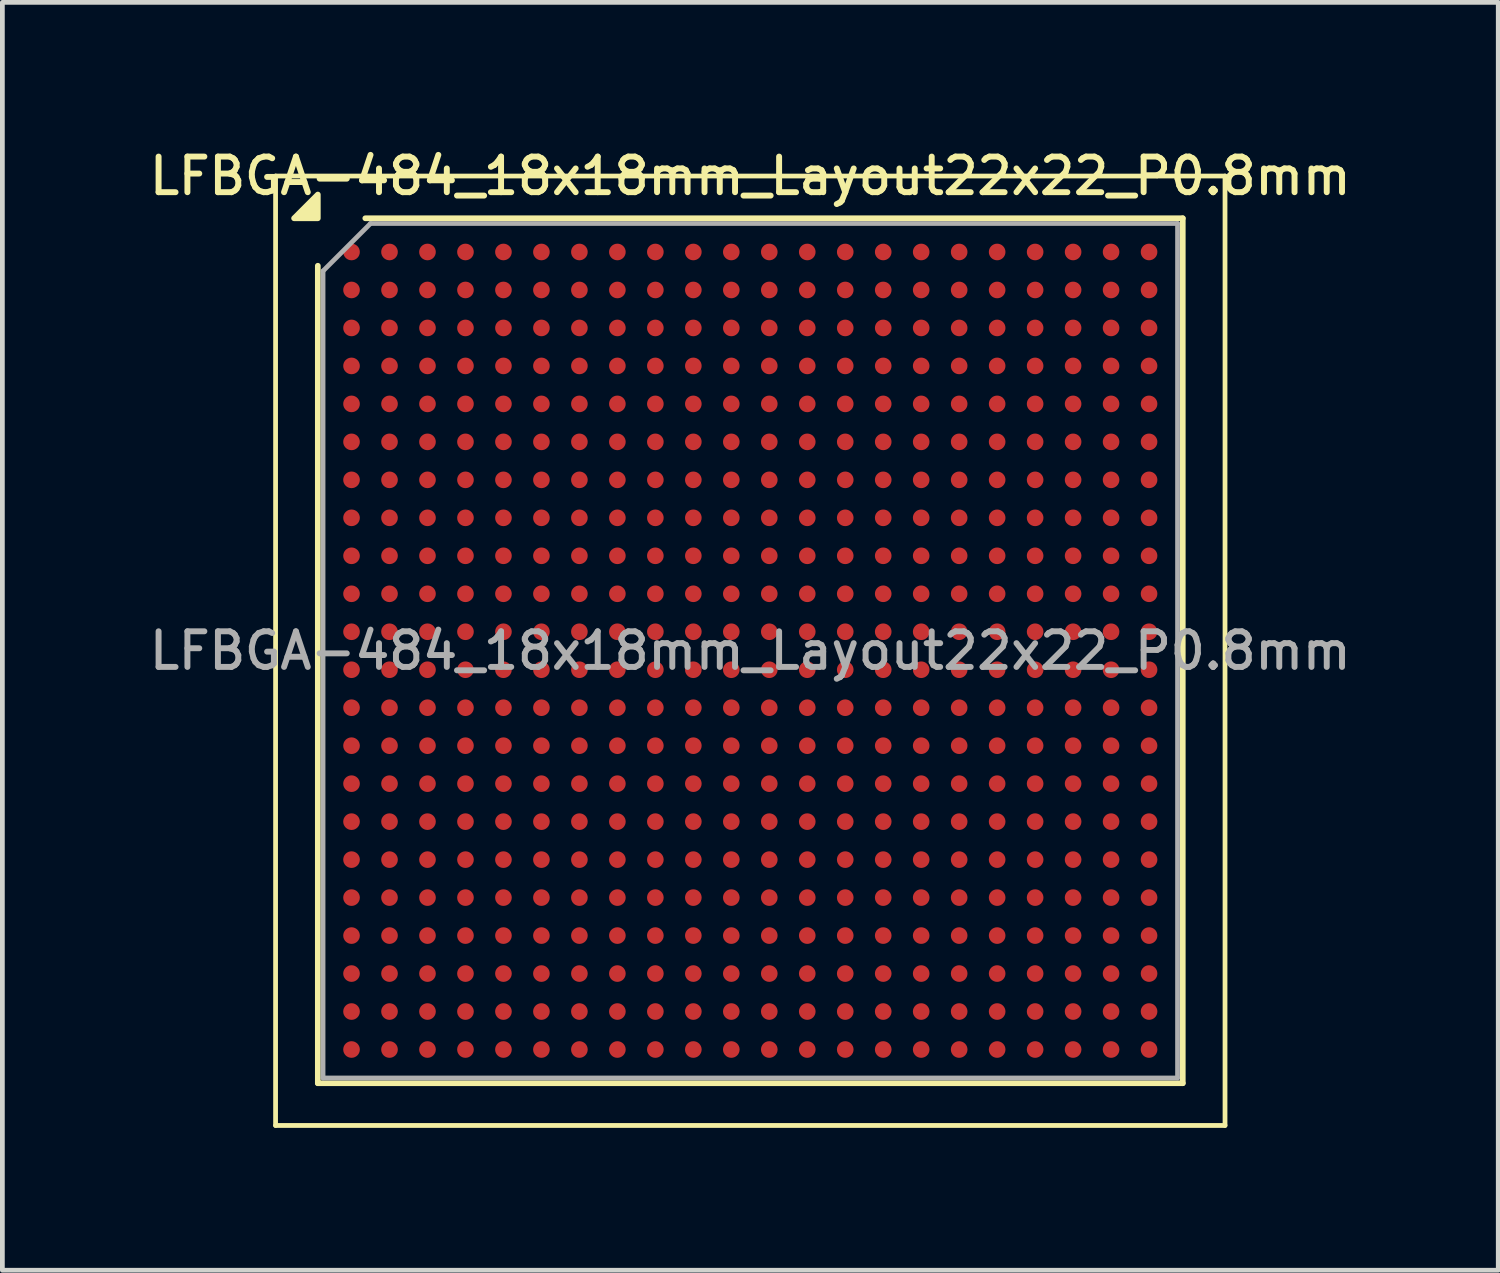
<source format=kicad_pcb>
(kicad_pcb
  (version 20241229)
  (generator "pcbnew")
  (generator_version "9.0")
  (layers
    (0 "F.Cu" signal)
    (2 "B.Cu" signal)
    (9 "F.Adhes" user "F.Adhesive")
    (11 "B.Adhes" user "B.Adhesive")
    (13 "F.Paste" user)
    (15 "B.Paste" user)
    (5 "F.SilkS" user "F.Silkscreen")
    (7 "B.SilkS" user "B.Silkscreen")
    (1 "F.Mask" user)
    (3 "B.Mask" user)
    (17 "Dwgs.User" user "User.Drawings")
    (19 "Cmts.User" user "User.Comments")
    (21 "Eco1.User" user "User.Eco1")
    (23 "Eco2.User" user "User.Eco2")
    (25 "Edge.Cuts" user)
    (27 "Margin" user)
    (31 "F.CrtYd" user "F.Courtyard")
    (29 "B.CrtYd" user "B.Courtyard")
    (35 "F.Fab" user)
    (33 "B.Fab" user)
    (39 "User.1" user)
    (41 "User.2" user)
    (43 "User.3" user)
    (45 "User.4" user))
  (footprint "LFBGA-484_18x18mm_Layout22x22_P0.8mm"
    (layer "F.Cu")
    (at 12.755 10.658)
    (property "Reference" "LFBGA-484_18x18mm_Layout22x22_P0.8mm" (at 0 -10 0) (layer "F.SilkS") (effects (font (size 0.75 0.75) (thickness 0.125))))
    (attr smd)
    (fp_line (start -10 -10) (end -10 10) (stroke (width 0.1) (type solid)) (layer "F.SilkS"))
    (fp_line (start -10 10) (end 10 10) (stroke (width 0.1) (type solid)) (layer "F.SilkS"))
    (fp_line (start -9.11 9.11) (end -9.11 -8.11) (stroke (width 0.12) (type solid)) (layer "F.SilkS"))
    (fp_line (start -8.11 -9.11) (end 9.11 -9.11) (stroke (width 0.12) (type solid)) (layer "F.SilkS"))
    (fp_line (start 9.11 -9.11) (end 9.11 9.11) (stroke (width 0.12) (type solid)) (layer "F.SilkS"))
    (fp_line (start 9.11 9.11) (end -9.11 9.11) (stroke (width 0.12) (type solid)) (layer "F.SilkS"))
    (fp_line (start 10 -10) (end -10 -10) (stroke (width 0.1) (type solid)) (layer "F.SilkS"))
    (fp_line (start 10 10) (end 10 -10) (stroke (width 0.1) (type solid)) (layer "F.SilkS"))
    (fp_poly (pts (xy -9.11 -9.11) (xy -9.61 -9.11) (xy -9.11 -9.61) (xy -9.11 -9.11)) (stroke (width 0.12) (type solid)) (fill yes) (layer "F.SilkS"))
    (fp_line (start -9 -8) (end -8 -9) (stroke (width 0.1) (type solid)) (layer "F.Fab"))
    (fp_line (start -9 9) (end -9 -8) (stroke (width 0.1) (type solid)) (layer "F.Fab"))
    (fp_line (start -8 -9) (end 9 -9) (stroke (width 0.1) (type solid)) (layer "F.Fab"))
    (fp_line (start 9 -9) (end 9 9) (stroke (width 0.1) (type solid)) (layer "F.Fab"))
    (fp_line (start 9 9) (end -9 9) (stroke (width 0.1) (type solid)) (layer "F.Fab"))
    (fp_text user "${REFERENCE}" (at 0 0 0) (layer "F.Fab") (effects (font (size 0.75 0.75) (thickness 0.125))))
    (pad "A1" smd circle (at -8.4 -8.4) (size 0.35 0.35) (property pad_prop_bga) (layers "F.Cu" "F.Mask" "F.Paste"))
    (pad "A2" smd circle (at -7.6 -8.4) (size 0.35 0.35) (property pad_prop_bga) (layers "F.Cu" "F.Mask" "F.Paste"))
    (pad "A3" smd circle (at -6.8 -8.4) (size 0.35 0.35) (property pad_prop_bga) (layers "F.Cu" "F.Mask" "F.Paste"))
    (pad "A4" smd circle (at -6 -8.4) (size 0.35 0.35) (property pad_prop_bga) (layers "F.Cu" "F.Mask" "F.Paste"))
    (pad "A5" smd circle (at -5.2 -8.4) (size 0.35 0.35) (property pad_prop_bga) (layers "F.Cu" "F.Mask" "F.Paste"))
    (pad "A6" smd circle (at -4.4 -8.4) (size 0.35 0.35) (property pad_prop_bga) (layers "F.Cu" "F.Mask" "F.Paste"))
    (pad "A7" smd circle (at -3.6 -8.4) (size 0.35 0.35) (property pad_prop_bga) (layers "F.Cu" "F.Mask" "F.Paste"))
    (pad "A8" smd circle (at -2.8 -8.4) (size 0.35 0.35) (property pad_prop_bga) (layers "F.Cu" "F.Mask" "F.Paste"))
    (pad "A9" smd circle (at -2 -8.4) (size 0.35 0.35) (property pad_prop_bga) (layers "F.Cu" "F.Mask" "F.Paste"))
    (pad "A10" smd circle (at -1.2 -8.4) (size 0.35 0.35) (property pad_prop_bga) (layers "F.Cu" "F.Mask" "F.Paste"))
    (pad "A11" smd circle (at -0.4 -8.4) (size 0.35 0.35) (property pad_prop_bga) (layers "F.Cu" "F.Mask" "F.Paste"))
    (pad "A12" smd circle (at 0.4 -8.4) (size 0.35 0.35) (property pad_prop_bga) (layers "F.Cu" "F.Mask" "F.Paste"))
    (pad "A13" smd circle (at 1.2 -8.4) (size 0.35 0.35) (property pad_prop_bga) (layers "F.Cu" "F.Mask" "F.Paste"))
    (pad "A14" smd circle (at 2 -8.4) (size 0.35 0.35) (property pad_prop_bga) (layers "F.Cu" "F.Mask" "F.Paste"))
    (pad "A15" smd circle (at 2.8 -8.4) (size 0.35 0.35) (property pad_prop_bga) (layers "F.Cu" "F.Mask" "F.Paste"))
    (pad "A16" smd circle (at 3.6 -8.4) (size 0.35 0.35) (property pad_prop_bga) (layers "F.Cu" "F.Mask" "F.Paste"))
    (pad "A17" smd circle (at 4.4 -8.4) (size 0.35 0.35) (property pad_prop_bga) (layers "F.Cu" "F.Mask" "F.Paste"))
    (pad "A18" smd circle (at 5.2 -8.4) (size 0.35 0.35) (property pad_prop_bga) (layers "F.Cu" "F.Mask" "F.Paste"))
    (pad "A19" smd circle (at 6 -8.4) (size 0.35 0.35) (property pad_prop_bga) (layers "F.Cu" "F.Mask" "F.Paste"))
    (pad "A20" smd circle (at 6.8 -8.4) (size 0.35 0.35) (property pad_prop_bga) (layers "F.Cu" "F.Mask" "F.Paste"))
    (pad "A21" smd circle (at 7.6 -8.4) (size 0.35 0.35) (property pad_prop_bga) (layers "F.Cu" "F.Mask" "F.Paste"))
    (pad "A22" smd circle (at 8.4 -8.4) (size 0.35 0.35) (property pad_prop_bga) (layers "F.Cu" "F.Mask" "F.Paste"))
    (pad "AA1" smd circle (at -8.4 7.6) (size 0.35 0.35) (property pad_prop_bga) (layers "F.Cu" "F.Mask" "F.Paste"))
    (pad "AA2" smd circle (at -7.6 7.6) (size 0.35 0.35) (property pad_prop_bga) (layers "F.Cu" "F.Mask" "F.Paste"))
    (pad "AA3" smd circle (at -6.8 7.6) (size 0.35 0.35) (property pad_prop_bga) (layers "F.Cu" "F.Mask" "F.Paste"))
    (pad "AA4" smd circle (at -6 7.6) (size 0.35 0.35) (property pad_prop_bga) (layers "F.Cu" "F.Mask" "F.Paste"))
    (pad "AA5" smd circle (at -5.2 7.6) (size 0.35 0.35) (property pad_prop_bga) (layers "F.Cu" "F.Mask" "F.Paste"))
    (pad "AA6" smd circle (at -4.4 7.6) (size 0.35 0.35) (property pad_prop_bga) (layers "F.Cu" "F.Mask" "F.Paste"))
    (pad "AA7" smd circle (at -3.6 7.6) (size 0.35 0.35) (property pad_prop_bga) (layers "F.Cu" "F.Mask" "F.Paste"))
    (pad "AA8" smd circle (at -2.8 7.6) (size 0.35 0.35) (property pad_prop_bga) (layers "F.Cu" "F.Mask" "F.Paste"))
    (pad "AA9" smd circle (at -2 7.6) (size 0.35 0.35) (property pad_prop_bga) (layers "F.Cu" "F.Mask" "F.Paste"))
    (pad "AA10" smd circle (at -1.2 7.6) (size 0.35 0.35) (property pad_prop_bga) (layers "F.Cu" "F.Mask" "F.Paste"))
    (pad "AA11" smd circle (at -0.4 7.6) (size 0.35 0.35) (property pad_prop_bga) (layers "F.Cu" "F.Mask" "F.Paste"))
    (pad "AA12" smd circle (at 0.4 7.6) (size 0.35 0.35) (property pad_prop_bga) (layers "F.Cu" "F.Mask" "F.Paste"))
    (pad "AA13" smd circle (at 1.2 7.6) (size 0.35 0.35) (property pad_prop_bga) (layers "F.Cu" "F.Mask" "F.Paste"))
    (pad "AA14" smd circle (at 2 7.6) (size 0.35 0.35) (property pad_prop_bga) (layers "F.Cu" "F.Mask" "F.Paste"))
    (pad "AA15" smd circle (at 2.8 7.6) (size 0.35 0.35) (property pad_prop_bga) (layers "F.Cu" "F.Mask" "F.Paste"))
    (pad "AA16" smd circle (at 3.6 7.6) (size 0.35 0.35) (property pad_prop_bga) (layers "F.Cu" "F.Mask" "F.Paste"))
    (pad "AA17" smd circle (at 4.4 7.6) (size 0.35 0.35) (property pad_prop_bga) (layers "F.Cu" "F.Mask" "F.Paste"))
    (pad "AA18" smd circle (at 5.2 7.6) (size 0.35 0.35) (property pad_prop_bga) (layers "F.Cu" "F.Mask" "F.Paste"))
    (pad "AA19" smd circle (at 6 7.6) (size 0.35 0.35) (property pad_prop_bga) (layers "F.Cu" "F.Mask" "F.Paste"))
    (pad "AA20" smd circle (at 6.8 7.6) (size 0.35 0.35) (property pad_prop_bga) (layers "F.Cu" "F.Mask" "F.Paste"))
    (pad "AA21" smd circle (at 7.6 7.6) (size 0.35 0.35) (property pad_prop_bga) (layers "F.Cu" "F.Mask" "F.Paste"))
    (pad "AA22" smd circle (at 8.4 7.6) (size 0.35 0.35) (property pad_prop_bga) (layers "F.Cu" "F.Mask" "F.Paste"))
    (pad "AB1" smd circle (at -8.4 8.4) (size 0.35 0.35) (property pad_prop_bga) (layers "F.Cu" "F.Mask" "F.Paste"))
    (pad "AB2" smd circle (at -7.6 8.4) (size 0.35 0.35) (property pad_prop_bga) (layers "F.Cu" "F.Mask" "F.Paste"))
    (pad "AB3" smd circle (at -6.8 8.4) (size 0.35 0.35) (property pad_prop_bga) (layers "F.Cu" "F.Mask" "F.Paste"))
    (pad "AB4" smd circle (at -6 8.4) (size 0.35 0.35) (property pad_prop_bga) (layers "F.Cu" "F.Mask" "F.Paste"))
    (pad "AB5" smd circle (at -5.2 8.4) (size 0.35 0.35) (property pad_prop_bga) (layers "F.Cu" "F.Mask" "F.Paste"))
    (pad "AB6" smd circle (at -4.4 8.4) (size 0.35 0.35) (property pad_prop_bga) (layers "F.Cu" "F.Mask" "F.Paste"))
    (pad "AB7" smd circle (at -3.6 8.4) (size 0.35 0.35) (property pad_prop_bga) (layers "F.Cu" "F.Mask" "F.Paste"))
    (pad "AB8" smd circle (at -2.8 8.4) (size 0.35 0.35) (property pad_prop_bga) (layers "F.Cu" "F.Mask" "F.Paste"))
    (pad "AB9" smd circle (at -2 8.4) (size 0.35 0.35) (property pad_prop_bga) (layers "F.Cu" "F.Mask" "F.Paste"))
    (pad "AB10" smd circle (at -1.2 8.4) (size 0.35 0.35) (property pad_prop_bga) (layers "F.Cu" "F.Mask" "F.Paste"))
    (pad "AB11" smd circle (at -0.4 8.4) (size 0.35 0.35) (property pad_prop_bga) (layers "F.Cu" "F.Mask" "F.Paste"))
    (pad "AB12" smd circle (at 0.4 8.4) (size 0.35 0.35) (property pad_prop_bga) (layers "F.Cu" "F.Mask" "F.Paste"))
    (pad "AB13" smd circle (at 1.2 8.4) (size 0.35 0.35) (property pad_prop_bga) (layers "F.Cu" "F.Mask" "F.Paste"))
    (pad "AB14" smd circle (at 2 8.4) (size 0.35 0.35) (property pad_prop_bga) (layers "F.Cu" "F.Mask" "F.Paste"))
    (pad "AB15" smd circle (at 2.8 8.4) (size 0.35 0.35) (property pad_prop_bga) (layers "F.Cu" "F.Mask" "F.Paste"))
    (pad "AB16" smd circle (at 3.6 8.4) (size 0.35 0.35) (property pad_prop_bga) (layers "F.Cu" "F.Mask" "F.Paste"))
    (pad "AB17" smd circle (at 4.4 8.4) (size 0.35 0.35) (property pad_prop_bga) (layers "F.Cu" "F.Mask" "F.Paste"))
    (pad "AB18" smd circle (at 5.2 8.4) (size 0.35 0.35) (property pad_prop_bga) (layers "F.Cu" "F.Mask" "F.Paste"))
    (pad "AB19" smd circle (at 6 8.4) (size 0.35 0.35) (property pad_prop_bga) (layers "F.Cu" "F.Mask" "F.Paste"))
    (pad "AB20" smd circle (at 6.8 8.4) (size 0.35 0.35) (property pad_prop_bga) (layers "F.Cu" "F.Mask" "F.Paste"))
    (pad "AB21" smd circle (at 7.6 8.4) (size 0.35 0.35) (property pad_prop_bga) (layers "F.Cu" "F.Mask" "F.Paste"))
    (pad "AB22" smd circle (at 8.4 8.4) (size 0.35 0.35) (property pad_prop_bga) (layers "F.Cu" "F.Mask" "F.Paste"))
    (pad "B1" smd circle (at -8.4 -7.6) (size 0.35 0.35) (property pad_prop_bga) (layers "F.Cu" "F.Mask" "F.Paste"))
    (pad "B2" smd circle (at -7.6 -7.6) (size 0.35 0.35) (property pad_prop_bga) (layers "F.Cu" "F.Mask" "F.Paste"))
    (pad "B3" smd circle (at -6.8 -7.6) (size 0.35 0.35) (property pad_prop_bga) (layers "F.Cu" "F.Mask" "F.Paste"))
    (pad "B4" smd circle (at -6 -7.6) (size 0.35 0.35) (property pad_prop_bga) (layers "F.Cu" "F.Mask" "F.Paste"))
    (pad "B5" smd circle (at -5.2 -7.6) (size 0.35 0.35) (property pad_prop_bga) (layers "F.Cu" "F.Mask" "F.Paste"))
    (pad "B6" smd circle (at -4.4 -7.6) (size 0.35 0.35) (property pad_prop_bga) (layers "F.Cu" "F.Mask" "F.Paste"))
    (pad "B7" smd circle (at -3.6 -7.6) (size 0.35 0.35) (property pad_prop_bga) (layers "F.Cu" "F.Mask" "F.Paste"))
    (pad "B8" smd circle (at -2.8 -7.6) (size 0.35 0.35) (property pad_prop_bga) (layers "F.Cu" "F.Mask" "F.Paste"))
    (pad "B9" smd circle (at -2 -7.6) (size 0.35 0.35) (property pad_prop_bga) (layers "F.Cu" "F.Mask" "F.Paste"))
    (pad "B10" smd circle (at -1.2 -7.6) (size 0.35 0.35) (property pad_prop_bga) (layers "F.Cu" "F.Mask" "F.Paste"))
    (pad "B11" smd circle (at -0.4 -7.6) (size 0.35 0.35) (property pad_prop_bga) (layers "F.Cu" "F.Mask" "F.Paste"))
    (pad "B12" smd circle (at 0.4 -7.6) (size 0.35 0.35) (property pad_prop_bga) (layers "F.Cu" "F.Mask" "F.Paste"))
    (pad "B13" smd circle (at 1.2 -7.6) (size 0.35 0.35) (property pad_prop_bga) (layers "F.Cu" "F.Mask" "F.Paste"))
    (pad "B14" smd circle (at 2 -7.6) (size 0.35 0.35) (property pad_prop_bga) (layers "F.Cu" "F.Mask" "F.Paste"))
    (pad "B15" smd circle (at 2.8 -7.6) (size 0.35 0.35) (property pad_prop_bga) (layers "F.Cu" "F.Mask" "F.Paste"))
    (pad "B16" smd circle (at 3.6 -7.6) (size 0.35 0.35) (property pad_prop_bga) (layers "F.Cu" "F.Mask" "F.Paste"))
    (pad "B17" smd circle (at 4.4 -7.6) (size 0.35 0.35) (property pad_prop_bga) (layers "F.Cu" "F.Mask" "F.Paste"))
    (pad "B18" smd circle (at 5.2 -7.6) (size 0.35 0.35) (property pad_prop_bga) (layers "F.Cu" "F.Mask" "F.Paste"))
    (pad "B19" smd circle (at 6 -7.6) (size 0.35 0.35) (property pad_prop_bga) (layers "F.Cu" "F.Mask" "F.Paste"))
    (pad "B20" smd circle (at 6.8 -7.6) (size 0.35 0.35) (property pad_prop_bga) (layers "F.Cu" "F.Mask" "F.Paste"))
    (pad "B21" smd circle (at 7.6 -7.6) (size 0.35 0.35) (property pad_prop_bga) (layers "F.Cu" "F.Mask" "F.Paste"))
    (pad "B22" smd circle (at 8.4 -7.6) (size 0.35 0.35) (property pad_prop_bga) (layers "F.Cu" "F.Mask" "F.Paste"))
    (pad "C1" smd circle (at -8.4 -6.8) (size 0.35 0.35) (property pad_prop_bga) (layers "F.Cu" "F.Mask" "F.Paste"))
    (pad "C2" smd circle (at -7.6 -6.8) (size 0.35 0.35) (property pad_prop_bga) (layers "F.Cu" "F.Mask" "F.Paste"))
    (pad "C3" smd circle (at -6.8 -6.8) (size 0.35 0.35) (property pad_prop_bga) (layers "F.Cu" "F.Mask" "F.Paste"))
    (pad "C4" smd circle (at -6 -6.8) (size 0.35 0.35) (property pad_prop_bga) (layers "F.Cu" "F.Mask" "F.Paste"))
    (pad "C5" smd circle (at -5.2 -6.8) (size 0.35 0.35) (property pad_prop_bga) (layers "F.Cu" "F.Mask" "F.Paste"))
    (pad "C6" smd circle (at -4.4 -6.8) (size 0.35 0.35) (property pad_prop_bga) (layers "F.Cu" "F.Mask" "F.Paste"))
    (pad "C7" smd circle (at -3.6 -6.8) (size 0.35 0.35) (property pad_prop_bga) (layers "F.Cu" "F.Mask" "F.Paste"))
    (pad "C8" smd circle (at -2.8 -6.8) (size 0.35 0.35) (property pad_prop_bga) (layers "F.Cu" "F.Mask" "F.Paste"))
    (pad "C9" smd circle (at -2 -6.8) (size 0.35 0.35) (property pad_prop_bga) (layers "F.Cu" "F.Mask" "F.Paste"))
    (pad "C10" smd circle (at -1.2 -6.8) (size 0.35 0.35) (property pad_prop_bga) (layers "F.Cu" "F.Mask" "F.Paste"))
    (pad "C11" smd circle (at -0.4 -6.8) (size 0.35 0.35) (property pad_prop_bga) (layers "F.Cu" "F.Mask" "F.Paste"))
    (pad "C12" smd circle (at 0.4 -6.8) (size 0.35 0.35) (property pad_prop_bga) (layers "F.Cu" "F.Mask" "F.Paste"))
    (pad "C13" smd circle (at 1.2 -6.8) (size 0.35 0.35) (property pad_prop_bga) (layers "F.Cu" "F.Mask" "F.Paste"))
    (pad "C14" smd circle (at 2 -6.8) (size 0.35 0.35) (property pad_prop_bga) (layers "F.Cu" "F.Mask" "F.Paste"))
    (pad "C15" smd circle (at 2.8 -6.8) (size 0.35 0.35) (property pad_prop_bga) (layers "F.Cu" "F.Mask" "F.Paste"))
    (pad "C16" smd circle (at 3.6 -6.8) (size 0.35 0.35) (property pad_prop_bga) (layers "F.Cu" "F.Mask" "F.Paste"))
    (pad "C17" smd circle (at 4.4 -6.8) (size 0.35 0.35) (property pad_prop_bga) (layers "F.Cu" "F.Mask" "F.Paste"))
    (pad "C18" smd circle (at 5.2 -6.8) (size 0.35 0.35) (property pad_prop_bga) (layers "F.Cu" "F.Mask" "F.Paste"))
    (pad "C19" smd circle (at 6 -6.8) (size 0.35 0.35) (property pad_prop_bga) (layers "F.Cu" "F.Mask" "F.Paste"))
    (pad "C20" smd circle (at 6.8 -6.8) (size 0.35 0.35) (property pad_prop_bga) (layers "F.Cu" "F.Mask" "F.Paste"))
    (pad "C21" smd circle (at 7.6 -6.8) (size 0.35 0.35) (property pad_prop_bga) (layers "F.Cu" "F.Mask" "F.Paste"))
    (pad "C22" smd circle (at 8.4 -6.8) (size 0.35 0.35) (property pad_prop_bga) (layers "F.Cu" "F.Mask" "F.Paste"))
    (pad "D1" smd circle (at -8.4 -6) (size 0.35 0.35) (property pad_prop_bga) (layers "F.Cu" "F.Mask" "F.Paste"))
    (pad "D2" smd circle (at -7.6 -6) (size 0.35 0.35) (property pad_prop_bga) (layers "F.Cu" "F.Mask" "F.Paste"))
    (pad "D3" smd circle (at -6.8 -6) (size 0.35 0.35) (property pad_prop_bga) (layers "F.Cu" "F.Mask" "F.Paste"))
    (pad "D4" smd circle (at -6 -6) (size 0.35 0.35) (property pad_prop_bga) (layers "F.Cu" "F.Mask" "F.Paste"))
    (pad "D5" smd circle (at -5.2 -6) (size 0.35 0.35) (property pad_prop_bga) (layers "F.Cu" "F.Mask" "F.Paste"))
    (pad "D6" smd circle (at -4.4 -6) (size 0.35 0.35) (property pad_prop_bga) (layers "F.Cu" "F.Mask" "F.Paste"))
    (pad "D7" smd circle (at -3.6 -6) (size 0.35 0.35) (property pad_prop_bga) (layers "F.Cu" "F.Mask" "F.Paste"))
    (pad "D8" smd circle (at -2.8 -6) (size 0.35 0.35) (property pad_prop_bga) (layers "F.Cu" "F.Mask" "F.Paste"))
    (pad "D9" smd circle (at -2 -6) (size 0.35 0.35) (property pad_prop_bga) (layers "F.Cu" "F.Mask" "F.Paste"))
    (pad "D10" smd circle (at -1.2 -6) (size 0.35 0.35) (property pad_prop_bga) (layers "F.Cu" "F.Mask" "F.Paste"))
    (pad "D11" smd circle (at -0.4 -6) (size 0.35 0.35) (property pad_prop_bga) (layers "F.Cu" "F.Mask" "F.Paste"))
    (pad "D12" smd circle (at 0.4 -6) (size 0.35 0.35) (property pad_prop_bga) (layers "F.Cu" "F.Mask" "F.Paste"))
    (pad "D13" smd circle (at 1.2 -6) (size 0.35 0.35) (property pad_prop_bga) (layers "F.Cu" "F.Mask" "F.Paste"))
    (pad "D14" smd circle (at 2 -6) (size 0.35 0.35) (property pad_prop_bga) (layers "F.Cu" "F.Mask" "F.Paste"))
    (pad "D15" smd circle (at 2.8 -6) (size 0.35 0.35) (property pad_prop_bga) (layers "F.Cu" "F.Mask" "F.Paste"))
    (pad "D16" smd circle (at 3.6 -6) (size 0.35 0.35) (property pad_prop_bga) (layers "F.Cu" "F.Mask" "F.Paste"))
    (pad "D17" smd circle (at 4.4 -6) (size 0.35 0.35) (property pad_prop_bga) (layers "F.Cu" "F.Mask" "F.Paste"))
    (pad "D18" smd circle (at 5.2 -6) (size 0.35 0.35) (property pad_prop_bga) (layers "F.Cu" "F.Mask" "F.Paste"))
    (pad "D19" smd circle (at 6 -6) (size 0.35 0.35) (property pad_prop_bga) (layers "F.Cu" "F.Mask" "F.Paste"))
    (pad "D20" smd circle (at 6.8 -6) (size 0.35 0.35) (property pad_prop_bga) (layers "F.Cu" "F.Mask" "F.Paste"))
    (pad "D21" smd circle (at 7.6 -6) (size 0.35 0.35) (property pad_prop_bga) (layers "F.Cu" "F.Mask" "F.Paste"))
    (pad "D22" smd circle (at 8.4 -6) (size 0.35 0.35) (property pad_prop_bga) (layers "F.Cu" "F.Mask" "F.Paste"))
    (pad "E1" smd circle (at -8.4 -5.2) (size 0.35 0.35) (property pad_prop_bga) (layers "F.Cu" "F.Mask" "F.Paste"))
    (pad "E2" smd circle (at -7.6 -5.2) (size 0.35 0.35) (property pad_prop_bga) (layers "F.Cu" "F.Mask" "F.Paste"))
    (pad "E3" smd circle (at -6.8 -5.2) (size 0.35 0.35) (property pad_prop_bga) (layers "F.Cu" "F.Mask" "F.Paste"))
    (pad "E4" smd circle (at -6 -5.2) (size 0.35 0.35) (property pad_prop_bga) (layers "F.Cu" "F.Mask" "F.Paste"))
    (pad "E5" smd circle (at -5.2 -5.2) (size 0.35 0.35) (property pad_prop_bga) (layers "F.Cu" "F.Mask" "F.Paste"))
    (pad "E6" smd circle (at -4.4 -5.2) (size 0.35 0.35) (property pad_prop_bga) (layers "F.Cu" "F.Mask" "F.Paste"))
    (pad "E7" smd circle (at -3.6 -5.2) (size 0.35 0.35) (property pad_prop_bga) (layers "F.Cu" "F.Mask" "F.Paste"))
    (pad "E8" smd circle (at -2.8 -5.2) (size 0.35 0.35) (property pad_prop_bga) (layers "F.Cu" "F.Mask" "F.Paste"))
    (pad "E9" smd circle (at -2 -5.2) (size 0.35 0.35) (property pad_prop_bga) (layers "F.Cu" "F.Mask" "F.Paste"))
    (pad "E10" smd circle (at -1.2 -5.2) (size 0.35 0.35) (property pad_prop_bga) (layers "F.Cu" "F.Mask" "F.Paste"))
    (pad "E11" smd circle (at -0.4 -5.2) (size 0.35 0.35) (property pad_prop_bga) (layers "F.Cu" "F.Mask" "F.Paste"))
    (pad "E12" smd circle (at 0.4 -5.2) (size 0.35 0.35) (property pad_prop_bga) (layers "F.Cu" "F.Mask" "F.Paste"))
    (pad "E13" smd circle (at 1.2 -5.2) (size 0.35 0.35) (property pad_prop_bga) (layers "F.Cu" "F.Mask" "F.Paste"))
    (pad "E14" smd circle (at 2 -5.2) (size 0.35 0.35) (property pad_prop_bga) (layers "F.Cu" "F.Mask" "F.Paste"))
    (pad "E15" smd circle (at 2.8 -5.2) (size 0.35 0.35) (property pad_prop_bga) (layers "F.Cu" "F.Mask" "F.Paste"))
    (pad "E16" smd circle (at 3.6 -5.2) (size 0.35 0.35) (property pad_prop_bga) (layers "F.Cu" "F.Mask" "F.Paste"))
    (pad "E17" smd circle (at 4.4 -5.2) (size 0.35 0.35) (property pad_prop_bga) (layers "F.Cu" "F.Mask" "F.Paste"))
    (pad "E18" smd circle (at 5.2 -5.2) (size 0.35 0.35) (property pad_prop_bga) (layers "F.Cu" "F.Mask" "F.Paste"))
    (pad "E19" smd circle (at 6 -5.2) (size 0.35 0.35) (property pad_prop_bga) (layers "F.Cu" "F.Mask" "F.Paste"))
    (pad "E20" smd circle (at 6.8 -5.2) (size 0.35 0.35) (property pad_prop_bga) (layers "F.Cu" "F.Mask" "F.Paste"))
    (pad "E21" smd circle (at 7.6 -5.2) (size 0.35 0.35) (property pad_prop_bga) (layers "F.Cu" "F.Mask" "F.Paste"))
    (pad "E22" smd circle (at 8.4 -5.2) (size 0.35 0.35) (property pad_prop_bga) (layers "F.Cu" "F.Mask" "F.Paste"))
    (pad "F1" smd circle (at -8.4 -4.4) (size 0.35 0.35) (property pad_prop_bga) (layers "F.Cu" "F.Mask" "F.Paste"))
    (pad "F2" smd circle (at -7.6 -4.4) (size 0.35 0.35) (property pad_prop_bga) (layers "F.Cu" "F.Mask" "F.Paste"))
    (pad "F3" smd circle (at -6.8 -4.4) (size 0.35 0.35) (property pad_prop_bga) (layers "F.Cu" "F.Mask" "F.Paste"))
    (pad "F4" smd circle (at -6 -4.4) (size 0.35 0.35) (property pad_prop_bga) (layers "F.Cu" "F.Mask" "F.Paste"))
    (pad "F5" smd circle (at -5.2 -4.4) (size 0.35 0.35) (property pad_prop_bga) (layers "F.Cu" "F.Mask" "F.Paste"))
    (pad "F6" smd circle (at -4.4 -4.4) (size 0.35 0.35) (property pad_prop_bga) (layers "F.Cu" "F.Mask" "F.Paste"))
    (pad "F7" smd circle (at -3.6 -4.4) (size 0.35 0.35) (property pad_prop_bga) (layers "F.Cu" "F.Mask" "F.Paste"))
    (pad "F8" smd circle (at -2.8 -4.4) (size 0.35 0.35) (property pad_prop_bga) (layers "F.Cu" "F.Mask" "F.Paste"))
    (pad "F9" smd circle (at -2 -4.4) (size 0.35 0.35) (property pad_prop_bga) (layers "F.Cu" "F.Mask" "F.Paste"))
    (pad "F10" smd circle (at -1.2 -4.4) (size 0.35 0.35) (property pad_prop_bga) (layers "F.Cu" "F.Mask" "F.Paste"))
    (pad "F11" smd circle (at -0.4 -4.4) (size 0.35 0.35) (property pad_prop_bga) (layers "F.Cu" "F.Mask" "F.Paste"))
    (pad "F12" smd circle (at 0.4 -4.4) (size 0.35 0.35) (property pad_prop_bga) (layers "F.Cu" "F.Mask" "F.Paste"))
    (pad "F13" smd circle (at 1.2 -4.4) (size 0.35 0.35) (property pad_prop_bga) (layers "F.Cu" "F.Mask" "F.Paste"))
    (pad "F14" smd circle (at 2 -4.4) (size 0.35 0.35) (property pad_prop_bga) (layers "F.Cu" "F.Mask" "F.Paste"))
    (pad "F15" smd circle (at 2.8 -4.4) (size 0.35 0.35) (property pad_prop_bga) (layers "F.Cu" "F.Mask" "F.Paste"))
    (pad "F16" smd circle (at 3.6 -4.4) (size 0.35 0.35) (property pad_prop_bga) (layers "F.Cu" "F.Mask" "F.Paste"))
    (pad "F17" smd circle (at 4.4 -4.4) (size 0.35 0.35) (property pad_prop_bga) (layers "F.Cu" "F.Mask" "F.Paste"))
    (pad "F18" smd circle (at 5.2 -4.4) (size 0.35 0.35) (property pad_prop_bga) (layers "F.Cu" "F.Mask" "F.Paste"))
    (pad "F19" smd circle (at 6 -4.4) (size 0.35 0.35) (property pad_prop_bga) (layers "F.Cu" "F.Mask" "F.Paste"))
    (pad "F20" smd circle (at 6.8 -4.4) (size 0.35 0.35) (property pad_prop_bga) (layers "F.Cu" "F.Mask" "F.Paste"))
    (pad "F21" smd circle (at 7.6 -4.4) (size 0.35 0.35) (property pad_prop_bga) (layers "F.Cu" "F.Mask" "F.Paste"))
    (pad "F22" smd circle (at 8.4 -4.4) (size 0.35 0.35) (property pad_prop_bga) (layers "F.Cu" "F.Mask" "F.Paste"))
    (pad "G1" smd circle (at -8.4 -3.6) (size 0.35 0.35) (property pad_prop_bga) (layers "F.Cu" "F.Mask" "F.Paste"))
    (pad "G2" smd circle (at -7.6 -3.6) (size 0.35 0.35) (property pad_prop_bga) (layers "F.Cu" "F.Mask" "F.Paste"))
    (pad "G3" smd circle (at -6.8 -3.6) (size 0.35 0.35) (property pad_prop_bga) (layers "F.Cu" "F.Mask" "F.Paste"))
    (pad "G4" smd circle (at -6 -3.6) (size 0.35 0.35) (property pad_prop_bga) (layers "F.Cu" "F.Mask" "F.Paste"))
    (pad "G5" smd circle (at -5.2 -3.6) (size 0.35 0.35) (property pad_prop_bga) (layers "F.Cu" "F.Mask" "F.Paste"))
    (pad "G6" smd circle (at -4.4 -3.6) (size 0.35 0.35) (property pad_prop_bga) (layers "F.Cu" "F.Mask" "F.Paste"))
    (pad "G7" smd circle (at -3.6 -3.6) (size 0.35 0.35) (property pad_prop_bga) (layers "F.Cu" "F.Mask" "F.Paste"))
    (pad "G8" smd circle (at -2.8 -3.6) (size 0.35 0.35) (property pad_prop_bga) (layers "F.Cu" "F.Mask" "F.Paste"))
    (pad "G9" smd circle (at -2 -3.6) (size 0.35 0.35) (property pad_prop_bga) (layers "F.Cu" "F.Mask" "F.Paste"))
    (pad "G10" smd circle (at -1.2 -3.6) (size 0.35 0.35) (property pad_prop_bga) (layers "F.Cu" "F.Mask" "F.Paste"))
    (pad "G11" smd circle (at -0.4 -3.6) (size 0.35 0.35) (property pad_prop_bga) (layers "F.Cu" "F.Mask" "F.Paste"))
    (pad "G12" smd circle (at 0.4 -3.6) (size 0.35 0.35) (property pad_prop_bga) (layers "F.Cu" "F.Mask" "F.Paste"))
    (pad "G13" smd circle (at 1.2 -3.6) (size 0.35 0.35) (property pad_prop_bga) (layers "F.Cu" "F.Mask" "F.Paste"))
    (pad "G14" smd circle (at 2 -3.6) (size 0.35 0.35) (property pad_prop_bga) (layers "F.Cu" "F.Mask" "F.Paste"))
    (pad "G15" smd circle (at 2.8 -3.6) (size 0.35 0.35) (property pad_prop_bga) (layers "F.Cu" "F.Mask" "F.Paste"))
    (pad "G16" smd circle (at 3.6 -3.6) (size 0.35 0.35) (property pad_prop_bga) (layers "F.Cu" "F.Mask" "F.Paste"))
    (pad "G17" smd circle (at 4.4 -3.6) (size 0.35 0.35) (property pad_prop_bga) (layers "F.Cu" "F.Mask" "F.Paste"))
    (pad "G18" smd circle (at 5.2 -3.6) (size 0.35 0.35) (property pad_prop_bga) (layers "F.Cu" "F.Mask" "F.Paste"))
    (pad "G19" smd circle (at 6 -3.6) (size 0.35 0.35) (property pad_prop_bga) (layers "F.Cu" "F.Mask" "F.Paste"))
    (pad "G20" smd circle (at 6.8 -3.6) (size 0.35 0.35) (property pad_prop_bga) (layers "F.Cu" "F.Mask" "F.Paste"))
    (pad "G21" smd circle (at 7.6 -3.6) (size 0.35 0.35) (property pad_prop_bga) (layers "F.Cu" "F.Mask" "F.Paste"))
    (pad "G22" smd circle (at 8.4 -3.6) (size 0.35 0.35) (property pad_prop_bga) (layers "F.Cu" "F.Mask" "F.Paste"))
    (pad "H1" smd circle (at -8.4 -2.8) (size 0.35 0.35) (property pad_prop_bga) (layers "F.Cu" "F.Mask" "F.Paste"))
    (pad "H2" smd circle (at -7.6 -2.8) (size 0.35 0.35) (property pad_prop_bga) (layers "F.Cu" "F.Mask" "F.Paste"))
    (pad "H3" smd circle (at -6.8 -2.8) (size 0.35 0.35) (property pad_prop_bga) (layers "F.Cu" "F.Mask" "F.Paste"))
    (pad "H4" smd circle (at -6 -2.8) (size 0.35 0.35) (property pad_prop_bga) (layers "F.Cu" "F.Mask" "F.Paste"))
    (pad "H5" smd circle (at -5.2 -2.8) (size 0.35 0.35) (property pad_prop_bga) (layers "F.Cu" "F.Mask" "F.Paste"))
    (pad "H6" smd circle (at -4.4 -2.8) (size 0.35 0.35) (property pad_prop_bga) (layers "F.Cu" "F.Mask" "F.Paste"))
    (pad "H7" smd circle (at -3.6 -2.8) (size 0.35 0.35) (property pad_prop_bga) (layers "F.Cu" "F.Mask" "F.Paste"))
    (pad "H8" smd circle (at -2.8 -2.8) (size 0.35 0.35) (property pad_prop_bga) (layers "F.Cu" "F.Mask" "F.Paste"))
    (pad "H9" smd circle (at -2 -2.8) (size 0.35 0.35) (property pad_prop_bga) (layers "F.Cu" "F.Mask" "F.Paste"))
    (pad "H10" smd circle (at -1.2 -2.8) (size 0.35 0.35) (property pad_prop_bga) (layers "F.Cu" "F.Mask" "F.Paste"))
    (pad "H11" smd circle (at -0.4 -2.8) (size 0.35 0.35) (property pad_prop_bga) (layers "F.Cu" "F.Mask" "F.Paste"))
    (pad "H12" smd circle (at 0.4 -2.8) (size 0.35 0.35) (property pad_prop_bga) (layers "F.Cu" "F.Mask" "F.Paste"))
    (pad "H13" smd circle (at 1.2 -2.8) (size 0.35 0.35) (property pad_prop_bga) (layers "F.Cu" "F.Mask" "F.Paste"))
    (pad "H14" smd circle (at 2 -2.8) (size 0.35 0.35) (property pad_prop_bga) (layers "F.Cu" "F.Mask" "F.Paste"))
    (pad "H15" smd circle (at 2.8 -2.8) (size 0.35 0.35) (property pad_prop_bga) (layers "F.Cu" "F.Mask" "F.Paste"))
    (pad "H16" smd circle (at 3.6 -2.8) (size 0.35 0.35) (property pad_prop_bga) (layers "F.Cu" "F.Mask" "F.Paste"))
    (pad "H17" smd circle (at 4.4 -2.8) (size 0.35 0.35) (property pad_prop_bga) (layers "F.Cu" "F.Mask" "F.Paste"))
    (pad "H18" smd circle (at 5.2 -2.8) (size 0.35 0.35) (property pad_prop_bga) (layers "F.Cu" "F.Mask" "F.Paste"))
    (pad "H19" smd circle (at 6 -2.8) (size 0.35 0.35) (property pad_prop_bga) (layers "F.Cu" "F.Mask" "F.Paste"))
    (pad "H20" smd circle (at 6.8 -2.8) (size 0.35 0.35) (property pad_prop_bga) (layers "F.Cu" "F.Mask" "F.Paste"))
    (pad "H21" smd circle (at 7.6 -2.8) (size 0.35 0.35) (property pad_prop_bga) (layers "F.Cu" "F.Mask" "F.Paste"))
    (pad "H22" smd circle (at 8.4 -2.8) (size 0.35 0.35) (property pad_prop_bga) (layers "F.Cu" "F.Mask" "F.Paste"))
    (pad "J1" smd circle (at -8.4 -2) (size 0.35 0.35) (property pad_prop_bga) (layers "F.Cu" "F.Mask" "F.Paste"))
    (pad "J2" smd circle (at -7.6 -2) (size 0.35 0.35) (property pad_prop_bga) (layers "F.Cu" "F.Mask" "F.Paste"))
    (pad "J3" smd circle (at -6.8 -2) (size 0.35 0.35) (property pad_prop_bga) (layers "F.Cu" "F.Mask" "F.Paste"))
    (pad "J4" smd circle (at -6 -2) (size 0.35 0.35) (property pad_prop_bga) (layers "F.Cu" "F.Mask" "F.Paste"))
    (pad "J5" smd circle (at -5.2 -2) (size 0.35 0.35) (property pad_prop_bga) (layers "F.Cu" "F.Mask" "F.Paste"))
    (pad "J6" smd circle (at -4.4 -2) (size 0.35 0.35) (property pad_prop_bga) (layers "F.Cu" "F.Mask" "F.Paste"))
    (pad "J7" smd circle (at -3.6 -2) (size 0.35 0.35) (property pad_prop_bga) (layers "F.Cu" "F.Mask" "F.Paste"))
    (pad "J8" smd circle (at -2.8 -2) (size 0.35 0.35) (property pad_prop_bga) (layers "F.Cu" "F.Mask" "F.Paste"))
    (pad "J9" smd circle (at -2 -2) (size 0.35 0.35) (property pad_prop_bga) (layers "F.Cu" "F.Mask" "F.Paste"))
    (pad "J10" smd circle (at -1.2 -2) (size 0.35 0.35) (property pad_prop_bga) (layers "F.Cu" "F.Mask" "F.Paste"))
    (pad "J11" smd circle (at -0.4 -2) (size 0.35 0.35) (property pad_prop_bga) (layers "F.Cu" "F.Mask" "F.Paste"))
    (pad "J12" smd circle (at 0.4 -2) (size 0.35 0.35) (property pad_prop_bga) (layers "F.Cu" "F.Mask" "F.Paste"))
    (pad "J13" smd circle (at 1.2 -2) (size 0.35 0.35) (property pad_prop_bga) (layers "F.Cu" "F.Mask" "F.Paste"))
    (pad "J14" smd circle (at 2 -2) (size 0.35 0.35) (property pad_prop_bga) (layers "F.Cu" "F.Mask" "F.Paste"))
    (pad "J15" smd circle (at 2.8 -2) (size 0.35 0.35) (property pad_prop_bga) (layers "F.Cu" "F.Mask" "F.Paste"))
    (pad "J16" smd circle (at 3.6 -2) (size 0.35 0.35) (property pad_prop_bga) (layers "F.Cu" "F.Mask" "F.Paste"))
    (pad "J17" smd circle (at 4.4 -2) (size 0.35 0.35) (property pad_prop_bga) (layers "F.Cu" "F.Mask" "F.Paste"))
    (pad "J18" smd circle (at 5.2 -2) (size 0.35 0.35) (property pad_prop_bga) (layers "F.Cu" "F.Mask" "F.Paste"))
    (pad "J19" smd circle (at 6 -2) (size 0.35 0.35) (property pad_prop_bga) (layers "F.Cu" "F.Mask" "F.Paste"))
    (pad "J20" smd circle (at 6.8 -2) (size 0.35 0.35) (property pad_prop_bga) (layers "F.Cu" "F.Mask" "F.Paste"))
    (pad "J21" smd circle (at 7.6 -2) (size 0.35 0.35) (property pad_prop_bga) (layers "F.Cu" "F.Mask" "F.Paste"))
    (pad "J22" smd circle (at 8.4 -2) (size 0.35 0.35) (property pad_prop_bga) (layers "F.Cu" "F.Mask" "F.Paste"))
    (pad "K1" smd circle (at -8.4 -1.2) (size 0.35 0.35) (property pad_prop_bga) (layers "F.Cu" "F.Mask" "F.Paste"))
    (pad "K2" smd circle (at -7.6 -1.2) (size 0.35 0.35) (property pad_prop_bga) (layers "F.Cu" "F.Mask" "F.Paste"))
    (pad "K3" smd circle (at -6.8 -1.2) (size 0.35 0.35) (property pad_prop_bga) (layers "F.Cu" "F.Mask" "F.Paste"))
    (pad "K4" smd circle (at -6 -1.2) (size 0.35 0.35) (property pad_prop_bga) (layers "F.Cu" "F.Mask" "F.Paste"))
    (pad "K5" smd circle (at -5.2 -1.2) (size 0.35 0.35) (property pad_prop_bga) (layers "F.Cu" "F.Mask" "F.Paste"))
    (pad "K6" smd circle (at -4.4 -1.2) (size 0.35 0.35) (property pad_prop_bga) (layers "F.Cu" "F.Mask" "F.Paste"))
    (pad "K7" smd circle (at -3.6 -1.2) (size 0.35 0.35) (property pad_prop_bga) (layers "F.Cu" "F.Mask" "F.Paste"))
    (pad "K8" smd circle (at -2.8 -1.2) (size 0.35 0.35) (property pad_prop_bga) (layers "F.Cu" "F.Mask" "F.Paste"))
    (pad "K9" smd circle (at -2 -1.2) (size 0.35 0.35) (property pad_prop_bga) (layers "F.Cu" "F.Mask" "F.Paste"))
    (pad "K10" smd circle (at -1.2 -1.2) (size 0.35 0.35) (property pad_prop_bga) (layers "F.Cu" "F.Mask" "F.Paste"))
    (pad "K11" smd circle (at -0.4 -1.2) (size 0.35 0.35) (property pad_prop_bga) (layers "F.Cu" "F.Mask" "F.Paste"))
    (pad "K12" smd circle (at 0.4 -1.2) (size 0.35 0.35) (property pad_prop_bga) (layers "F.Cu" "F.Mask" "F.Paste"))
    (pad "K13" smd circle (at 1.2 -1.2) (size 0.35 0.35) (property pad_prop_bga) (layers "F.Cu" "F.Mask" "F.Paste"))
    (pad "K14" smd circle (at 2 -1.2) (size 0.35 0.35) (property pad_prop_bga) (layers "F.Cu" "F.Mask" "F.Paste"))
    (pad "K15" smd circle (at 2.8 -1.2) (size 0.35 0.35) (property pad_prop_bga) (layers "F.Cu" "F.Mask" "F.Paste"))
    (pad "K16" smd circle (at 3.6 -1.2) (size 0.35 0.35) (property pad_prop_bga) (layers "F.Cu" "F.Mask" "F.Paste"))
    (pad "K17" smd circle (at 4.4 -1.2) (size 0.35 0.35) (property pad_prop_bga) (layers "F.Cu" "F.Mask" "F.Paste"))
    (pad "K18" smd circle (at 5.2 -1.2) (size 0.35 0.35) (property pad_prop_bga) (layers "F.Cu" "F.Mask" "F.Paste"))
    (pad "K19" smd circle (at 6 -1.2) (size 0.35 0.35) (property pad_prop_bga) (layers "F.Cu" "F.Mask" "F.Paste"))
    (pad "K20" smd circle (at 6.8 -1.2) (size 0.35 0.35) (property pad_prop_bga) (layers "F.Cu" "F.Mask" "F.Paste"))
    (pad "K21" smd circle (at 7.6 -1.2) (size 0.35 0.35) (property pad_prop_bga) (layers "F.Cu" "F.Mask" "F.Paste"))
    (pad "K22" smd circle (at 8.4 -1.2) (size 0.35 0.35) (property pad_prop_bga) (layers "F.Cu" "F.Mask" "F.Paste"))
    (pad "L1" smd circle (at -8.4 -0.4) (size 0.35 0.35) (property pad_prop_bga) (layers "F.Cu" "F.Mask" "F.Paste"))
    (pad "L2" smd circle (at -7.6 -0.4) (size 0.35 0.35) (property pad_prop_bga) (layers "F.Cu" "F.Mask" "F.Paste"))
    (pad "L3" smd circle (at -6.8 -0.4) (size 0.35 0.35) (property pad_prop_bga) (layers "F.Cu" "F.Mask" "F.Paste"))
    (pad "L4" smd circle (at -6 -0.4) (size 0.35 0.35) (property pad_prop_bga) (layers "F.Cu" "F.Mask" "F.Paste"))
    (pad "L5" smd circle (at -5.2 -0.4) (size 0.35 0.35) (property pad_prop_bga) (layers "F.Cu" "F.Mask" "F.Paste"))
    (pad "L6" smd circle (at -4.4 -0.4) (size 0.35 0.35) (property pad_prop_bga) (layers "F.Cu" "F.Mask" "F.Paste"))
    (pad "L7" smd circle (at -3.6 -0.4) (size 0.35 0.35) (property pad_prop_bga) (layers "F.Cu" "F.Mask" "F.Paste"))
    (pad "L8" smd circle (at -2.8 -0.4) (size 0.35 0.35) (property pad_prop_bga) (layers "F.Cu" "F.Mask" "F.Paste"))
    (pad "L9" smd circle (at -2 -0.4) (size 0.35 0.35) (property pad_prop_bga) (layers "F.Cu" "F.Mask" "F.Paste"))
    (pad "L10" smd circle (at -1.2 -0.4) (size 0.35 0.35) (property pad_prop_bga) (layers "F.Cu" "F.Mask" "F.Paste"))
    (pad "L11" smd circle (at -0.4 -0.4) (size 0.35 0.35) (property pad_prop_bga) (layers "F.Cu" "F.Mask" "F.Paste"))
    (pad "L12" smd circle (at 0.4 -0.4) (size 0.35 0.35) (property pad_prop_bga) (layers "F.Cu" "F.Mask" "F.Paste"))
    (pad "L13" smd circle (at 1.2 -0.4) (size 0.35 0.35) (property pad_prop_bga) (layers "F.Cu" "F.Mask" "F.Paste"))
    (pad "L14" smd circle (at 2 -0.4) (size 0.35 0.35) (property pad_prop_bga) (layers "F.Cu" "F.Mask" "F.Paste"))
    (pad "L15" smd circle (at 2.8 -0.4) (size 0.35 0.35) (property pad_prop_bga) (layers "F.Cu" "F.Mask" "F.Paste"))
    (pad "L16" smd circle (at 3.6 -0.4) (size 0.35 0.35) (property pad_prop_bga) (layers "F.Cu" "F.Mask" "F.Paste"))
    (pad "L17" smd circle (at 4.4 -0.4) (size 0.35 0.35) (property pad_prop_bga) (layers "F.Cu" "F.Mask" "F.Paste"))
    (pad "L18" smd circle (at 5.2 -0.4) (size 0.35 0.35) (property pad_prop_bga) (layers "F.Cu" "F.Mask" "F.Paste"))
    (pad "L19" smd circle (at 6 -0.4) (size 0.35 0.35) (property pad_prop_bga) (layers "F.Cu" "F.Mask" "F.Paste"))
    (pad "L20" smd circle (at 6.8 -0.4) (size 0.35 0.35) (property pad_prop_bga) (layers "F.Cu" "F.Mask" "F.Paste"))
    (pad "L21" smd circle (at 7.6 -0.4) (size 0.35 0.35) (property pad_prop_bga) (layers "F.Cu" "F.Mask" "F.Paste"))
    (pad "L22" smd circle (at 8.4 -0.4) (size 0.35 0.35) (property pad_prop_bga) (layers "F.Cu" "F.Mask" "F.Paste"))
    (pad "M1" smd circle (at -8.4 0.4) (size 0.35 0.35) (property pad_prop_bga) (layers "F.Cu" "F.Mask" "F.Paste"))
    (pad "M2" smd circle (at -7.6 0.4) (size 0.35 0.35) (property pad_prop_bga) (layers "F.Cu" "F.Mask" "F.Paste"))
    (pad "M3" smd circle (at -6.8 0.4) (size 0.35 0.35) (property pad_prop_bga) (layers "F.Cu" "F.Mask" "F.Paste"))
    (pad "M4" smd circle (at -6 0.4) (size 0.35 0.35) (property pad_prop_bga) (layers "F.Cu" "F.Mask" "F.Paste"))
    (pad "M5" smd circle (at -5.2 0.4) (size 0.35 0.35) (property pad_prop_bga) (layers "F.Cu" "F.Mask" "F.Paste"))
    (pad "M6" smd circle (at -4.4 0.4) (size 0.35 0.35) (property pad_prop_bga) (layers "F.Cu" "F.Mask" "F.Paste"))
    (pad "M7" smd circle (at -3.6 0.4) (size 0.35 0.35) (property pad_prop_bga) (layers "F.Cu" "F.Mask" "F.Paste"))
    (pad "M8" smd circle (at -2.8 0.4) (size 0.35 0.35) (property pad_prop_bga) (layers "F.Cu" "F.Mask" "F.Paste"))
    (pad "M9" smd circle (at -2 0.4) (size 0.35 0.35) (property pad_prop_bga) (layers "F.Cu" "F.Mask" "F.Paste"))
    (pad "M10" smd circle (at -1.2 0.4) (size 0.35 0.35) (property pad_prop_bga) (layers "F.Cu" "F.Mask" "F.Paste"))
    (pad "M11" smd circle (at -0.4 0.4) (size 0.35 0.35) (property pad_prop_bga) (layers "F.Cu" "F.Mask" "F.Paste"))
    (pad "M12" smd circle (at 0.4 0.4) (size 0.35 0.35) (property pad_prop_bga) (layers "F.Cu" "F.Mask" "F.Paste"))
    (pad "M13" smd circle (at 1.2 0.4) (size 0.35 0.35) (property pad_prop_bga) (layers "F.Cu" "F.Mask" "F.Paste"))
    (pad "M14" smd circle (at 2 0.4) (size 0.35 0.35) (property pad_prop_bga) (layers "F.Cu" "F.Mask" "F.Paste"))
    (pad "M15" smd circle (at 2.8 0.4) (size 0.35 0.35) (property pad_prop_bga) (layers "F.Cu" "F.Mask" "F.Paste"))
    (pad "M16" smd circle (at 3.6 0.4) (size 0.35 0.35) (property pad_prop_bga) (layers "F.Cu" "F.Mask" "F.Paste"))
    (pad "M17" smd circle (at 4.4 0.4) (size 0.35 0.35) (property pad_prop_bga) (layers "F.Cu" "F.Mask" "F.Paste"))
    (pad "M18" smd circle (at 5.2 0.4) (size 0.35 0.35) (property pad_prop_bga) (layers "F.Cu" "F.Mask" "F.Paste"))
    (pad "M19" smd circle (at 6 0.4) (size 0.35 0.35) (property pad_prop_bga) (layers "F.Cu" "F.Mask" "F.Paste"))
    (pad "M20" smd circle (at 6.8 0.4) (size 0.35 0.35) (property pad_prop_bga) (layers "F.Cu" "F.Mask" "F.Paste"))
    (pad "M21" smd circle (at 7.6 0.4) (size 0.35 0.35) (property pad_prop_bga) (layers "F.Cu" "F.Mask" "F.Paste"))
    (pad "M22" smd circle (at 8.4 0.4) (size 0.35 0.35) (property pad_prop_bga) (layers "F.Cu" "F.Mask" "F.Paste"))
    (pad "N1" smd circle (at -8.4 1.2) (size 0.35 0.35) (property pad_prop_bga) (layers "F.Cu" "F.Mask" "F.Paste"))
    (pad "N2" smd circle (at -7.6 1.2) (size 0.35 0.35) (property pad_prop_bga) (layers "F.Cu" "F.Mask" "F.Paste"))
    (pad "N3" smd circle (at -6.8 1.2) (size 0.35 0.35) (property pad_prop_bga) (layers "F.Cu" "F.Mask" "F.Paste"))
    (pad "N4" smd circle (at -6 1.2) (size 0.35 0.35) (property pad_prop_bga) (layers "F.Cu" "F.Mask" "F.Paste"))
    (pad "N5" smd circle (at -5.2 1.2) (size 0.35 0.35) (property pad_prop_bga) (layers "F.Cu" "F.Mask" "F.Paste"))
    (pad "N6" smd circle (at -4.4 1.2) (size 0.35 0.35) (property pad_prop_bga) (layers "F.Cu" "F.Mask" "F.Paste"))
    (pad "N7" smd circle (at -3.6 1.2) (size 0.35 0.35) (property pad_prop_bga) (layers "F.Cu" "F.Mask" "F.Paste"))
    (pad "N8" smd circle (at -2.8 1.2) (size 0.35 0.35) (property pad_prop_bga) (layers "F.Cu" "F.Mask" "F.Paste"))
    (pad "N9" smd circle (at -2 1.2) (size 0.35 0.35) (property pad_prop_bga) (layers "F.Cu" "F.Mask" "F.Paste"))
    (pad "N10" smd circle (at -1.2 1.2) (size 0.35 0.35) (property pad_prop_bga) (layers "F.Cu" "F.Mask" "F.Paste"))
    (pad "N11" smd circle (at -0.4 1.2) (size 0.35 0.35) (property pad_prop_bga) (layers "F.Cu" "F.Mask" "F.Paste"))
    (pad "N12" smd circle (at 0.4 1.2) (size 0.35 0.35) (property pad_prop_bga) (layers "F.Cu" "F.Mask" "F.Paste"))
    (pad "N13" smd circle (at 1.2 1.2) (size 0.35 0.35) (property pad_prop_bga) (layers "F.Cu" "F.Mask" "F.Paste"))
    (pad "N14" smd circle (at 2 1.2) (size 0.35 0.35) (property pad_prop_bga) (layers "F.Cu" "F.Mask" "F.Paste"))
    (pad "N15" smd circle (at 2.8 1.2) (size 0.35 0.35) (property pad_prop_bga) (layers "F.Cu" "F.Mask" "F.Paste"))
    (pad "N16" smd circle (at 3.6 1.2) (size 0.35 0.35) (property pad_prop_bga) (layers "F.Cu" "F.Mask" "F.Paste"))
    (pad "N17" smd circle (at 4.4 1.2) (size 0.35 0.35) (property pad_prop_bga) (layers "F.Cu" "F.Mask" "F.Paste"))
    (pad "N18" smd circle (at 5.2 1.2) (size 0.35 0.35) (property pad_prop_bga) (layers "F.Cu" "F.Mask" "F.Paste"))
    (pad "N19" smd circle (at 6 1.2) (size 0.35 0.35) (property pad_prop_bga) (layers "F.Cu" "F.Mask" "F.Paste"))
    (pad "N20" smd circle (at 6.8 1.2) (size 0.35 0.35) (property pad_prop_bga) (layers "F.Cu" "F.Mask" "F.Paste"))
    (pad "N21" smd circle (at 7.6 1.2) (size 0.35 0.35) (property pad_prop_bga) (layers "F.Cu" "F.Mask" "F.Paste"))
    (pad "N22" smd circle (at 8.4 1.2) (size 0.35 0.35) (property pad_prop_bga) (layers "F.Cu" "F.Mask" "F.Paste"))
    (pad "P1" smd circle (at -8.4 2) (size 0.35 0.35) (property pad_prop_bga) (layers "F.Cu" "F.Mask" "F.Paste"))
    (pad "P2" smd circle (at -7.6 2) (size 0.35 0.35) (property pad_prop_bga) (layers "F.Cu" "F.Mask" "F.Paste"))
    (pad "P3" smd circle (at -6.8 2) (size 0.35 0.35) (property pad_prop_bga) (layers "F.Cu" "F.Mask" "F.Paste"))
    (pad "P4" smd circle (at -6 2) (size 0.35 0.35) (property pad_prop_bga) (layers "F.Cu" "F.Mask" "F.Paste"))
    (pad "P5" smd circle (at -5.2 2) (size 0.35 0.35) (property pad_prop_bga) (layers "F.Cu" "F.Mask" "F.Paste"))
    (pad "P6" smd circle (at -4.4 2) (size 0.35 0.35) (property pad_prop_bga) (layers "F.Cu" "F.Mask" "F.Paste"))
    (pad "P7" smd circle (at -3.6 2) (size 0.35 0.35) (property pad_prop_bga) (layers "F.Cu" "F.Mask" "F.Paste"))
    (pad "P8" smd circle (at -2.8 2) (size 0.35 0.35) (property pad_prop_bga) (layers "F.Cu" "F.Mask" "F.Paste"))
    (pad "P9" smd circle (at -2 2) (size 0.35 0.35) (property pad_prop_bga) (layers "F.Cu" "F.Mask" "F.Paste"))
    (pad "P10" smd circle (at -1.2 2) (size 0.35 0.35) (property pad_prop_bga) (layers "F.Cu" "F.Mask" "F.Paste"))
    (pad "P11" smd circle (at -0.4 2) (size 0.35 0.35) (property pad_prop_bga) (layers "F.Cu" "F.Mask" "F.Paste"))
    (pad "P12" smd circle (at 0.4 2) (size 0.35 0.35) (property pad_prop_bga) (layers "F.Cu" "F.Mask" "F.Paste"))
    (pad "P13" smd circle (at 1.2 2) (size 0.35 0.35) (property pad_prop_bga) (layers "F.Cu" "F.Mask" "F.Paste"))
    (pad "P14" smd circle (at 2 2) (size 0.35 0.35) (property pad_prop_bga) (layers "F.Cu" "F.Mask" "F.Paste"))
    (pad "P15" smd circle (at 2.8 2) (size 0.35 0.35) (property pad_prop_bga) (layers "F.Cu" "F.Mask" "F.Paste"))
    (pad "P16" smd circle (at 3.6 2) (size 0.35 0.35) (property pad_prop_bga) (layers "F.Cu" "F.Mask" "F.Paste"))
    (pad "P17" smd circle (at 4.4 2) (size 0.35 0.35) (property pad_prop_bga) (layers "F.Cu" "F.Mask" "F.Paste"))
    (pad "P18" smd circle (at 5.2 2) (size 0.35 0.35) (property pad_prop_bga) (layers "F.Cu" "F.Mask" "F.Paste"))
    (pad "P19" smd circle (at 6 2) (size 0.35 0.35) (property pad_prop_bga) (layers "F.Cu" "F.Mask" "F.Paste"))
    (pad "P20" smd circle (at 6.8 2) (size 0.35 0.35) (property pad_prop_bga) (layers "F.Cu" "F.Mask" "F.Paste"))
    (pad "P21" smd circle (at 7.6 2) (size 0.35 0.35) (property pad_prop_bga) (layers "F.Cu" "F.Mask" "F.Paste"))
    (pad "P22" smd circle (at 8.4 2) (size 0.35 0.35) (property pad_prop_bga) (layers "F.Cu" "F.Mask" "F.Paste"))
    (pad "R1" smd circle (at -8.4 2.8) (size 0.35 0.35) (property pad_prop_bga) (layers "F.Cu" "F.Mask" "F.Paste"))
    (pad "R2" smd circle (at -7.6 2.8) (size 0.35 0.35) (property pad_prop_bga) (layers "F.Cu" "F.Mask" "F.Paste"))
    (pad "R3" smd circle (at -6.8 2.8) (size 0.35 0.35) (property pad_prop_bga) (layers "F.Cu" "F.Mask" "F.Paste"))
    (pad "R4" smd circle (at -6 2.8) (size 0.35 0.35) (property pad_prop_bga) (layers "F.Cu" "F.Mask" "F.Paste"))
    (pad "R5" smd circle (at -5.2 2.8) (size 0.35 0.35) (property pad_prop_bga) (layers "F.Cu" "F.Mask" "F.Paste"))
    (pad "R6" smd circle (at -4.4 2.8) (size 0.35 0.35) (property pad_prop_bga) (layers "F.Cu" "F.Mask" "F.Paste"))
    (pad "R7" smd circle (at -3.6 2.8) (size 0.35 0.35) (property pad_prop_bga) (layers "F.Cu" "F.Mask" "F.Paste"))
    (pad "R8" smd circle (at -2.8 2.8) (size 0.35 0.35) (property pad_prop_bga) (layers "F.Cu" "F.Mask" "F.Paste"))
    (pad "R9" smd circle (at -2 2.8) (size 0.35 0.35) (property pad_prop_bga) (layers "F.Cu" "F.Mask" "F.Paste"))
    (pad "R10" smd circle (at -1.2 2.8) (size 0.35 0.35) (property pad_prop_bga) (layers "F.Cu" "F.Mask" "F.Paste"))
    (pad "R11" smd circle (at -0.4 2.8) (size 0.35 0.35) (property pad_prop_bga) (layers "F.Cu" "F.Mask" "F.Paste"))
    (pad "R12" smd circle (at 0.4 2.8) (size 0.35 0.35) (property pad_prop_bga) (layers "F.Cu" "F.Mask" "F.Paste"))
    (pad "R13" smd circle (at 1.2 2.8) (size 0.35 0.35) (property pad_prop_bga) (layers "F.Cu" "F.Mask" "F.Paste"))
    (pad "R14" smd circle (at 2 2.8) (size 0.35 0.35) (property pad_prop_bga) (layers "F.Cu" "F.Mask" "F.Paste"))
    (pad "R15" smd circle (at 2.8 2.8) (size 0.35 0.35) (property pad_prop_bga) (layers "F.Cu" "F.Mask" "F.Paste"))
    (pad "R16" smd circle (at 3.6 2.8) (size 0.35 0.35) (property pad_prop_bga) (layers "F.Cu" "F.Mask" "F.Paste"))
    (pad "R17" smd circle (at 4.4 2.8) (size 0.35 0.35) (property pad_prop_bga) (layers "F.Cu" "F.Mask" "F.Paste"))
    (pad "R18" smd circle (at 5.2 2.8) (size 0.35 0.35) (property pad_prop_bga) (layers "F.Cu" "F.Mask" "F.Paste"))
    (pad "R19" smd circle (at 6 2.8) (size 0.35 0.35) (property pad_prop_bga) (layers "F.Cu" "F.Mask" "F.Paste"))
    (pad "R20" smd circle (at 6.8 2.8) (size 0.35 0.35) (property pad_prop_bga) (layers "F.Cu" "F.Mask" "F.Paste"))
    (pad "R21" smd circle (at 7.6 2.8) (size 0.35 0.35) (property pad_prop_bga) (layers "F.Cu" "F.Mask" "F.Paste"))
    (pad "R22" smd circle (at 8.4 2.8) (size 0.35 0.35) (property pad_prop_bga) (layers "F.Cu" "F.Mask" "F.Paste"))
    (pad "T1" smd circle (at -8.4 3.6) (size 0.35 0.35) (property pad_prop_bga) (layers "F.Cu" "F.Mask" "F.Paste"))
    (pad "T2" smd circle (at -7.6 3.6) (size 0.35 0.35) (property pad_prop_bga) (layers "F.Cu" "F.Mask" "F.Paste"))
    (pad "T3" smd circle (at -6.8 3.6) (size 0.35 0.35) (property pad_prop_bga) (layers "F.Cu" "F.Mask" "F.Paste"))
    (pad "T4" smd circle (at -6 3.6) (size 0.35 0.35) (property pad_prop_bga) (layers "F.Cu" "F.Mask" "F.Paste"))
    (pad "T5" smd circle (at -5.2 3.6) (size 0.35 0.35) (property pad_prop_bga) (layers "F.Cu" "F.Mask" "F.Paste"))
    (pad "T6" smd circle (at -4.4 3.6) (size 0.35 0.35) (property pad_prop_bga) (layers "F.Cu" "F.Mask" "F.Paste"))
    (pad "T7" smd circle (at -3.6 3.6) (size 0.35 0.35) (property pad_prop_bga) (layers "F.Cu" "F.Mask" "F.Paste"))
    (pad "T8" smd circle (at -2.8 3.6) (size 0.35 0.35) (property pad_prop_bga) (layers "F.Cu" "F.Mask" "F.Paste"))
    (pad "T9" smd circle (at -2 3.6) (size 0.35 0.35) (property pad_prop_bga) (layers "F.Cu" "F.Mask" "F.Paste"))
    (pad "T10" smd circle (at -1.2 3.6) (size 0.35 0.35) (property pad_prop_bga) (layers "F.Cu" "F.Mask" "F.Paste"))
    (pad "T11" smd circle (at -0.4 3.6) (size 0.35 0.35) (property pad_prop_bga) (layers "F.Cu" "F.Mask" "F.Paste"))
    (pad "T12" smd circle (at 0.4 3.6) (size 0.35 0.35) (property pad_prop_bga) (layers "F.Cu" "F.Mask" "F.Paste"))
    (pad "T13" smd circle (at 1.2 3.6) (size 0.35 0.35) (property pad_prop_bga) (layers "F.Cu" "F.Mask" "F.Paste"))
    (pad "T14" smd circle (at 2 3.6) (size 0.35 0.35) (property pad_prop_bga) (layers "F.Cu" "F.Mask" "F.Paste"))
    (pad "T15" smd circle (at 2.8 3.6) (size 0.35 0.35) (property pad_prop_bga) (layers "F.Cu" "F.Mask" "F.Paste"))
    (pad "T16" smd circle (at 3.6 3.6) (size 0.35 0.35) (property pad_prop_bga) (layers "F.Cu" "F.Mask" "F.Paste"))
    (pad "T17" smd circle (at 4.4 3.6) (size 0.35 0.35) (property pad_prop_bga) (layers "F.Cu" "F.Mask" "F.Paste"))
    (pad "T18" smd circle (at 5.2 3.6) (size 0.35 0.35) (property pad_prop_bga) (layers "F.Cu" "F.Mask" "F.Paste"))
    (pad "T19" smd circle (at 6 3.6) (size 0.35 0.35) (property pad_prop_bga) (layers "F.Cu" "F.Mask" "F.Paste"))
    (pad "T20" smd circle (at 6.8 3.6) (size 0.35 0.35) (property pad_prop_bga) (layers "F.Cu" "F.Mask" "F.Paste"))
    (pad "T21" smd circle (at 7.6 3.6) (size 0.35 0.35) (property pad_prop_bga) (layers "F.Cu" "F.Mask" "F.Paste"))
    (pad "T22" smd circle (at 8.4 3.6) (size 0.35 0.35) (property pad_prop_bga) (layers "F.Cu" "F.Mask" "F.Paste"))
    (pad "U1" smd circle (at -8.4 4.4) (size 0.35 0.35) (property pad_prop_bga) (layers "F.Cu" "F.Mask" "F.Paste"))
    (pad "U2" smd circle (at -7.6 4.4) (size 0.35 0.35) (property pad_prop_bga) (layers "F.Cu" "F.Mask" "F.Paste"))
    (pad "U3" smd circle (at -6.8 4.4) (size 0.35 0.35) (property pad_prop_bga) (layers "F.Cu" "F.Mask" "F.Paste"))
    (pad "U4" smd circle (at -6 4.4) (size 0.35 0.35) (property pad_prop_bga) (layers "F.Cu" "F.Mask" "F.Paste"))
    (pad "U5" smd circle (at -5.2 4.4) (size 0.35 0.35) (property pad_prop_bga) (layers "F.Cu" "F.Mask" "F.Paste"))
    (pad "U6" smd circle (at -4.4 4.4) (size 0.35 0.35) (property pad_prop_bga) (layers "F.Cu" "F.Mask" "F.Paste"))
    (pad "U7" smd circle (at -3.6 4.4) (size 0.35 0.35) (property pad_prop_bga) (layers "F.Cu" "F.Mask" "F.Paste"))
    (pad "U8" smd circle (at -2.8 4.4) (size 0.35 0.35) (property pad_prop_bga) (layers "F.Cu" "F.Mask" "F.Paste"))
    (pad "U9" smd circle (at -2 4.4) (size 0.35 0.35) (property pad_prop_bga) (layers "F.Cu" "F.Mask" "F.Paste"))
    (pad "U10" smd circle (at -1.2 4.4) (size 0.35 0.35) (property pad_prop_bga) (layers "F.Cu" "F.Mask" "F.Paste"))
    (pad "U11" smd circle (at -0.4 4.4) (size 0.35 0.35) (property pad_prop_bga) (layers "F.Cu" "F.Mask" "F.Paste"))
    (pad "U12" smd circle (at 0.4 4.4) (size 0.35 0.35) (property pad_prop_bga) (layers "F.Cu" "F.Mask" "F.Paste"))
    (pad "U13" smd circle (at 1.2 4.4) (size 0.35 0.35) (property pad_prop_bga) (layers "F.Cu" "F.Mask" "F.Paste"))
    (pad "U14" smd circle (at 2 4.4) (size 0.35 0.35) (property pad_prop_bga) (layers "F.Cu" "F.Mask" "F.Paste"))
    (pad "U15" smd circle (at 2.8 4.4) (size 0.35 0.35) (property pad_prop_bga) (layers "F.Cu" "F.Mask" "F.Paste"))
    (pad "U16" smd circle (at 3.6 4.4) (size 0.35 0.35) (property pad_prop_bga) (layers "F.Cu" "F.Mask" "F.Paste"))
    (pad "U17" smd circle (at 4.4 4.4) (size 0.35 0.35) (property pad_prop_bga) (layers "F.Cu" "F.Mask" "F.Paste"))
    (pad "U18" smd circle (at 5.2 4.4) (size 0.35 0.35) (property pad_prop_bga) (layers "F.Cu" "F.Mask" "F.Paste"))
    (pad "U19" smd circle (at 6 4.4) (size 0.35 0.35) (property pad_prop_bga) (layers "F.Cu" "F.Mask" "F.Paste"))
    (pad "U20" smd circle (at 6.8 4.4) (size 0.35 0.35) (property pad_prop_bga) (layers "F.Cu" "F.Mask" "F.Paste"))
    (pad "U21" smd circle (at 7.6 4.4) (size 0.35 0.35) (property pad_prop_bga) (layers "F.Cu" "F.Mask" "F.Paste"))
    (pad "U22" smd circle (at 8.4 4.4) (size 0.35 0.35) (property pad_prop_bga) (layers "F.Cu" "F.Mask" "F.Paste"))
    (pad "V1" smd circle (at -8.4 5.2) (size 0.35 0.35) (property pad_prop_bga) (layers "F.Cu" "F.Mask" "F.Paste"))
    (pad "V2" smd circle (at -7.6 5.2) (size 0.35 0.35) (property pad_prop_bga) (layers "F.Cu" "F.Mask" "F.Paste"))
    (pad "V3" smd circle (at -6.8 5.2) (size 0.35 0.35) (property pad_prop_bga) (layers "F.Cu" "F.Mask" "F.Paste"))
    (pad "V4" smd circle (at -6 5.2) (size 0.35 0.35) (property pad_prop_bga) (layers "F.Cu" "F.Mask" "F.Paste"))
    (pad "V5" smd circle (at -5.2 5.2) (size 0.35 0.35) (property pad_prop_bga) (layers "F.Cu" "F.Mask" "F.Paste"))
    (pad "V6" smd circle (at -4.4 5.2) (size 0.35 0.35) (property pad_prop_bga) (layers "F.Cu" "F.Mask" "F.Paste"))
    (pad "V7" smd circle (at -3.6 5.2) (size 0.35 0.35) (property pad_prop_bga) (layers "F.Cu" "F.Mask" "F.Paste"))
    (pad "V8" smd circle (at -2.8 5.2) (size 0.35 0.35) (property pad_prop_bga) (layers "F.Cu" "F.Mask" "F.Paste"))
    (pad "V9" smd circle (at -2 5.2) (size 0.35 0.35) (property pad_prop_bga) (layers "F.Cu" "F.Mask" "F.Paste"))
    (pad "V10" smd circle (at -1.2 5.2) (size 0.35 0.35) (property pad_prop_bga) (layers "F.Cu" "F.Mask" "F.Paste"))
    (pad "V11" smd circle (at -0.4 5.2) (size 0.35 0.35) (property pad_prop_bga) (layers "F.Cu" "F.Mask" "F.Paste"))
    (pad "V12" smd circle (at 0.4 5.2) (size 0.35 0.35) (property pad_prop_bga) (layers "F.Cu" "F.Mask" "F.Paste"))
    (pad "V13" smd circle (at 1.2 5.2) (size 0.35 0.35) (property pad_prop_bga) (layers "F.Cu" "F.Mask" "F.Paste"))
    (pad "V14" smd circle (at 2 5.2) (size 0.35 0.35) (property pad_prop_bga) (layers "F.Cu" "F.Mask" "F.Paste"))
    (pad "V15" smd circle (at 2.8 5.2) (size 0.35 0.35) (property pad_prop_bga) (layers "F.Cu" "F.Mask" "F.Paste"))
    (pad "V16" smd circle (at 3.6 5.2) (size 0.35 0.35) (property pad_prop_bga) (layers "F.Cu" "F.Mask" "F.Paste"))
    (pad "V17" smd circle (at 4.4 5.2) (size 0.35 0.35) (property pad_prop_bga) (layers "F.Cu" "F.Mask" "F.Paste"))
    (pad "V18" smd circle (at 5.2 5.2) (size 0.35 0.35) (property pad_prop_bga) (layers "F.Cu" "F.Mask" "F.Paste"))
    (pad "V19" smd circle (at 6 5.2) (size 0.35 0.35) (property pad_prop_bga) (layers "F.Cu" "F.Mask" "F.Paste"))
    (pad "V20" smd circle (at 6.8 5.2) (size 0.35 0.35) (property pad_prop_bga) (layers "F.Cu" "F.Mask" "F.Paste"))
    (pad "V21" smd circle (at 7.6 5.2) (size 0.35 0.35) (property pad_prop_bga) (layers "F.Cu" "F.Mask" "F.Paste"))
    (pad "V22" smd circle (at 8.4 5.2) (size 0.35 0.35) (property pad_prop_bga) (layers "F.Cu" "F.Mask" "F.Paste"))
    (pad "W1" smd circle (at -8.4 6) (size 0.35 0.35) (property pad_prop_bga) (layers "F.Cu" "F.Mask" "F.Paste"))
    (pad "W2" smd circle (at -7.6 6) (size 0.35 0.35) (property pad_prop_bga) (layers "F.Cu" "F.Mask" "F.Paste"))
    (pad "W3" smd circle (at -6.8 6) (size 0.35 0.35) (property pad_prop_bga) (layers "F.Cu" "F.Mask" "F.Paste"))
    (pad "W4" smd circle (at -6 6) (size 0.35 0.35) (property pad_prop_bga) (layers "F.Cu" "F.Mask" "F.Paste"))
    (pad "W5" smd circle (at -5.2 6) (size 0.35 0.35) (property pad_prop_bga) (layers "F.Cu" "F.Mask" "F.Paste"))
    (pad "W6" smd circle (at -4.4 6) (size 0.35 0.35) (property pad_prop_bga) (layers "F.Cu" "F.Mask" "F.Paste"))
    (pad "W7" smd circle (at -3.6 6) (size 0.35 0.35) (property pad_prop_bga) (layers "F.Cu" "F.Mask" "F.Paste"))
    (pad "W8" smd circle (at -2.8 6) (size 0.35 0.35) (property pad_prop_bga) (layers "F.Cu" "F.Mask" "F.Paste"))
    (pad "W9" smd circle (at -2 6) (size 0.35 0.35) (property pad_prop_bga) (layers "F.Cu" "F.Mask" "F.Paste"))
    (pad "W10" smd circle (at -1.2 6) (size 0.35 0.35) (property pad_prop_bga) (layers "F.Cu" "F.Mask" "F.Paste"))
    (pad "W11" smd circle (at -0.4 6) (size 0.35 0.35) (property pad_prop_bga) (layers "F.Cu" "F.Mask" "F.Paste"))
    (pad "W12" smd circle (at 0.4 6) (size 0.35 0.35) (property pad_prop_bga) (layers "F.Cu" "F.Mask" "F.Paste"))
    (pad "W13" smd circle (at 1.2 6) (size 0.35 0.35) (property pad_prop_bga) (layers "F.Cu" "F.Mask" "F.Paste"))
    (pad "W14" smd circle (at 2 6) (size 0.35 0.35) (property pad_prop_bga) (layers "F.Cu" "F.Mask" "F.Paste"))
    (pad "W15" smd circle (at 2.8 6) (size 0.35 0.35) (property pad_prop_bga) (layers "F.Cu" "F.Mask" "F.Paste"))
    (pad "W16" smd circle (at 3.6 6) (size 0.35 0.35) (property pad_prop_bga) (layers "F.Cu" "F.Mask" "F.Paste"))
    (pad "W17" smd circle (at 4.4 6) (size 0.35 0.35) (property pad_prop_bga) (layers "F.Cu" "F.Mask" "F.Paste"))
    (pad "W18" smd circle (at 5.2 6) (size 0.35 0.35) (property pad_prop_bga) (layers "F.Cu" "F.Mask" "F.Paste"))
    (pad "W19" smd circle (at 6 6) (size 0.35 0.35) (property pad_prop_bga) (layers "F.Cu" "F.Mask" "F.Paste"))
    (pad "W20" smd circle (at 6.8 6) (size 0.35 0.35) (property pad_prop_bga) (layers "F.Cu" "F.Mask" "F.Paste"))
    (pad "W21" smd circle (at 7.6 6) (size 0.35 0.35) (property pad_prop_bga) (layers "F.Cu" "F.Mask" "F.Paste"))
    (pad "W22" smd circle (at 8.4 6) (size 0.35 0.35) (property pad_prop_bga) (layers "F.Cu" "F.Mask" "F.Paste"))
    (pad "Y1" smd circle (at -8.4 6.8) (size 0.35 0.35) (property pad_prop_bga) (layers "F.Cu" "F.Mask" "F.Paste"))
    (pad "Y2" smd circle (at -7.6 6.8) (size 0.35 0.35) (property pad_prop_bga) (layers "F.Cu" "F.Mask" "F.Paste"))
    (pad "Y3" smd circle (at -6.8 6.8) (size 0.35 0.35) (property pad_prop_bga) (layers "F.Cu" "F.Mask" "F.Paste"))
    (pad "Y4" smd circle (at -6 6.8) (size 0.35 0.35) (property pad_prop_bga) (layers "F.Cu" "F.Mask" "F.Paste"))
    (pad "Y5" smd circle (at -5.2 6.8) (size 0.35 0.35) (property pad_prop_bga) (layers "F.Cu" "F.Mask" "F.Paste"))
    (pad "Y6" smd circle (at -4.4 6.8) (size 0.35 0.35) (property pad_prop_bga) (layers "F.Cu" "F.Mask" "F.Paste"))
    (pad "Y7" smd circle (at -3.6 6.8) (size 0.35 0.35) (property pad_prop_bga) (layers "F.Cu" "F.Mask" "F.Paste"))
    (pad "Y8" smd circle (at -2.8 6.8) (size 0.35 0.35) (property pad_prop_bga) (layers "F.Cu" "F.Mask" "F.Paste"))
    (pad "Y9" smd circle (at -2 6.8) (size 0.35 0.35) (property pad_prop_bga) (layers "F.Cu" "F.Mask" "F.Paste"))
    (pad "Y10" smd circle (at -1.2 6.8) (size 0.35 0.35) (property pad_prop_bga) (layers "F.Cu" "F.Mask" "F.Paste"))
    (pad "Y11" smd circle (at -0.4 6.8) (size 0.35 0.35) (property pad_prop_bga) (layers "F.Cu" "F.Mask" "F.Paste"))
    (pad "Y12" smd circle (at 0.4 6.8) (size 0.35 0.35) (property pad_prop_bga) (layers "F.Cu" "F.Mask" "F.Paste"))
    (pad "Y13" smd circle (at 1.2 6.8) (size 0.35 0.35) (property pad_prop_bga) (layers "F.Cu" "F.Mask" "F.Paste"))
    (pad "Y14" smd circle (at 2 6.8) (size 0.35 0.35) (property pad_prop_bga) (layers "F.Cu" "F.Mask" "F.Paste"))
    (pad "Y15" smd circle (at 2.8 6.8) (size 0.35 0.35) (property pad_prop_bga) (layers "F.Cu" "F.Mask" "F.Paste"))
    (pad "Y16" smd circle (at 3.6 6.8) (size 0.35 0.35) (property pad_prop_bga) (layers "F.Cu" "F.Mask" "F.Paste"))
    (pad "Y17" smd circle (at 4.4 6.8) (size 0.35 0.35) (property pad_prop_bga) (layers "F.Cu" "F.Mask" "F.Paste"))
    (pad "Y18" smd circle (at 5.2 6.8) (size 0.35 0.35) (property pad_prop_bga) (layers "F.Cu" "F.Mask" "F.Paste"))
    (pad "Y19" smd circle (at 6 6.8) (size 0.35 0.35) (property pad_prop_bga) (layers "F.Cu" "F.Mask" "F.Paste"))
    (pad "Y20" smd circle (at 6.8 6.8) (size 0.35 0.35) (property pad_prop_bga) (layers "F.Cu" "F.Mask" "F.Paste"))
    (pad "Y21" smd circle (at 7.6 6.8) (size 0.35 0.35) (property pad_prop_bga) (layers "F.Cu" "F.Mask" "F.Paste"))
    (pad "Y22" smd circle (at 8.4 6.8) (size 0.35 0.35) (property pad_prop_bga) (layers "F.Cu" "F.Mask" "F.Paste")))
  (gr_rect
    (start -3 -3)
    (end 28.511 23.708)
    (stroke (width 0.1) (type default))
    (fill no)
    (layer "Edge.Cuts")))
</source>
